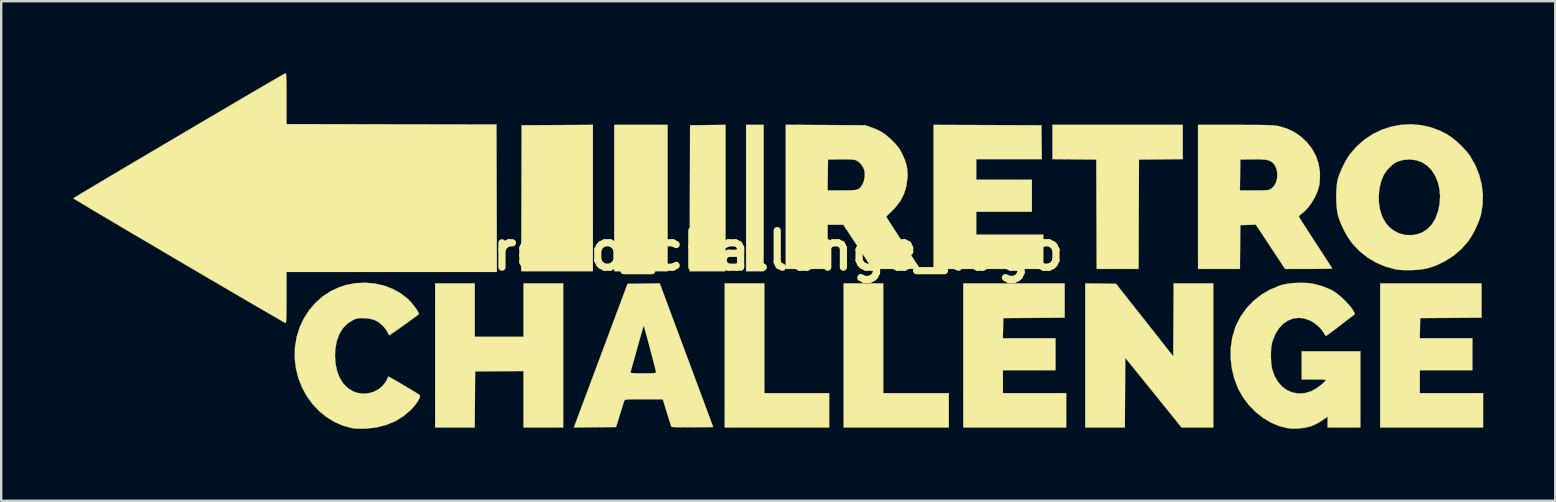
<source format=kicad_pcb>
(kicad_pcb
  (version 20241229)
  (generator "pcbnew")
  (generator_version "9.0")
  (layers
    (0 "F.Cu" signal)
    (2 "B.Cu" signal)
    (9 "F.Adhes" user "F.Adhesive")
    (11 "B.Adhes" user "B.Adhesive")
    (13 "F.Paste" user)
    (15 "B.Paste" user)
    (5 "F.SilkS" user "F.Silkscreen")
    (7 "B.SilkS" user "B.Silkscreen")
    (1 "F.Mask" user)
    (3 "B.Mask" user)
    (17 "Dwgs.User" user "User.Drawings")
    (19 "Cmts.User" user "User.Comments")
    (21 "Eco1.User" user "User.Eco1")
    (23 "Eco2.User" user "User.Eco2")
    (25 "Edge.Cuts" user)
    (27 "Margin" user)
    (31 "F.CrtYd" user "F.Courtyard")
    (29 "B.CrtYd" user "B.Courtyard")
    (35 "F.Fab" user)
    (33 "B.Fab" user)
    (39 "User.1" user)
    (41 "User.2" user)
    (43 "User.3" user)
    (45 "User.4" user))
  (footprint "retro_challenge_logo"
    (layer "F.Cu")
    (at 29.364 7.391)
    (property "Reference" "retro_challenge_logo" (at 0 0 0) (layer "F.SilkS") (effects (font (size 1.524 1.524) (thickness 0.3))))
    (attr through_hole)
    (fp_poly (pts (xy -4.604 0.857) (xy -6.826 0.857) (xy -6.826 -5.239) (xy -4.604 -5.239) (xy -4.604 0.857)) (stroke (width 0.01) (type solid)) (fill yes) (layer "F.SilkS"))
    (fp_poly (pts (xy -0.603 0.857) (xy -1.333 0.857) (xy -1.333 -5.239) (xy -0.603 -5.239) (xy -0.603 0.857)) (stroke (width 0.01) (type solid)) (fill yes) (layer "F.SilkS"))
    (fp_poly (pts (xy -7.715 0.857) (xy -10.7 0.857) (xy -10.692 -2.183) (xy -10.684 -5.223) (xy -9.2 -5.231) (xy -7.715 -5.239) (xy -7.715 0.857)) (stroke (width 0.01) (type solid)) (fill yes) (layer "F.SilkS"))
    (fp_poly (pts (xy -2.191 0.857) (xy -3.683 0.857) (xy -3.675 -2.183) (xy -3.667 -5.223) (xy -2.929 -5.231) (xy -2.191 -5.24) (xy -2.191 0.857)) (stroke (width 0.01) (type solid)) (fill yes) (layer "F.SilkS"))
    (fp_poly (pts (xy -0.572 5.937) (xy 2.127 5.937) (xy 2.127 7.366) (xy -2.223 7.366) (xy -2.223 1.365) (xy -0.572 1.365) (xy -0.572 5.937)) (stroke (width 0.01) (type solid)) (fill yes) (layer "F.SilkS"))
    (fp_poly (pts (xy 4.381 5.937) (xy 7.112 5.937) (xy 7.112 7.366) (xy 2.731 7.366) (xy 2.731 1.365) (xy 4.381 1.365) (xy 4.381 5.937)) (stroke (width 0.01) (type solid)) (fill yes) (layer "F.SilkS"))
    (fp_poly (pts (xy 14.077 1.381) (xy 15.27 2.892) (xy 16.462 4.403) (xy 16.479 1.365) (xy 18.129 1.365) (xy 18.129 7.366) (xy 16.808 7.366) (xy 14.462 4.463) (xy 14.446 7.366) (xy 12.795 7.366) (xy 12.795 1.364) (xy 14.077 1.381)) (stroke (width 0.01) (type solid)) (fill yes) (layer "F.SilkS"))
    (fp_poly (pts (xy 16.859 -3.811) (xy 15.946 -3.803) (xy 15.034 -3.794) (xy 15.025 -1.516) (xy 15.017 0.762) (xy 13.272 0.762) (xy 13.264 -1.516) (xy 13.256 -3.794) (xy 12.343 -3.803) (xy 11.43 -3.811) (xy 11.43 -5.239) (xy 16.859 -5.239) (xy 16.859 -3.811)) (stroke (width 0.01) (type solid)) (fill yes) (layer "F.SilkS"))
    (fp_poly (pts (xy -12.636 3.588) (xy -10.604 3.588) (xy -10.604 1.365) (xy -8.954 1.365) (xy -8.954 7.366) (xy -10.604 7.366) (xy -10.604 5.016) (xy -11.613 5.024) (xy -12.621 5.032) (xy -12.629 6.199) (xy -12.637 7.366) (xy -14.287 7.366) (xy -14.287 1.365) (xy -12.636 1.365) (xy -12.636 3.588)) (stroke (width 0.01) (type solid)) (fill yes) (layer "F.SilkS"))
    (fp_poly (pts (xy 11.938 2.793) (xy 10.66 2.802) (xy 9.382 2.81) (xy 9.373 3.231) (xy 9.364 3.651) (xy 11.557 3.651) (xy 11.557 4.985) (xy 9.366 4.985) (xy 9.366 5.937) (xy 12.002 5.937) (xy 12.002 7.366) (xy 7.715 7.366) (xy 7.715 1.365) (xy 11.938 1.365) (xy 11.938 2.793)) (stroke (width 0.01) (type solid)) (fill yes) (layer "F.SilkS"))
    (fp_poly (pts (xy 29.305 2.793) (xy 28.027 2.802) (xy 26.749 2.81) (xy 26.741 3.231) (xy 26.732 3.651) (xy 28.924 3.651) (xy 28.924 4.985) (xy 26.733 4.985) (xy 26.733 5.937) (xy 29.369 5.937) (xy 29.369 7.366) (xy 25.082 7.366) (xy 25.082 1.365) (xy 29.305 1.365) (xy 29.305 2.793)) (stroke (width 0.01) (type solid)) (fill yes) (layer "F.SilkS"))
    (fp_poly (pts (xy 8.723 -5.231) (xy 10.97 -5.223) (xy 10.978 -4.516) (xy 10.987 -3.81) (xy 9.621 -3.81) (xy 8.255 -3.81) (xy 8.255 -2.953) (xy 10.573 -2.953) (xy 10.573 -1.619) (xy 8.255 -1.619) (xy 8.255 -0.667) (xy 11.049 -0.667) (xy 11.049 0.762) (xy 6.477 0.762) (xy 6.477 -5.239) (xy 8.723 -5.231)) (stroke (width 0.01) (type solid)) (fill yes) (layer "F.SilkS"))
    (fp_poly (pts (xy -20.514 -7.385) (xy -20.503 -7.367) (xy -20.495 -7.327) (xy -20.489 -7.257) (xy -20.484 -7.153) (xy -20.481 -7.007) (xy -20.48 -6.815) (xy -20.479 -6.57) (xy -20.479 -6.338) (xy -20.479 -5.271) (xy -16.105 -5.263) (xy -11.732 -5.255) (xy -11.724 -2.183) (xy -11.715 0.889) (xy -20.479 0.889) (xy -20.479 1.953) (xy -20.479 2.253) (xy -20.481 2.496) (xy -20.484 2.685) (xy -20.488 2.826) (xy -20.494 2.924) (xy -20.502 2.984) (xy -20.512 3.012) (xy -20.518 3.015) (xy -20.55 2.999) (xy -20.633 2.953) (xy -20.765 2.878) (xy -20.943 2.775) (xy -21.164 2.648) (xy -21.425 2.496) (xy -21.723 2.323) (xy -22.056 2.129) (xy -22.419 1.917) (xy -22.812 1.688) (xy -23.229 1.443) (xy -23.67 1.185) (xy -24.129 0.916) (xy -24.606 0.636) (xy -24.954 0.432) (xy -25.441 0.146) (xy -25.912 -0.132) (xy -26.365 -0.399) (xy -26.798 -0.654) (xy -27.207 -0.895) (xy -27.59 -1.121) (xy -27.943 -1.33) (xy -28.263 -1.52) (xy -28.549 -1.69) (xy -28.796 -1.837) (xy -29.002 -1.96) (xy -29.164 -2.058) (xy -29.279 -2.128) (xy -29.345 -2.168) (xy -29.359 -2.179) (xy -29.333 -2.197) (xy -29.256 -2.245) (xy -29.131 -2.321) (xy -28.961 -2.423) (xy -28.751 -2.549) (xy -28.504 -2.696) (xy -28.223 -2.863) (xy -27.912 -3.048) (xy -27.575 -3.248) (xy -27.214 -3.462) (xy -26.833 -3.687) (xy -26.437 -3.922) (xy -26.028 -4.163) (xy -25.61 -4.41) (xy -25.186 -4.66) (xy -24.761 -4.911) (xy -24.336 -5.161) (xy -23.917 -5.408) (xy -23.507 -5.649) (xy -23.108 -5.883) (xy -22.725 -6.108) (xy -22.361 -6.322) (xy -22.02 -6.522) (xy -21.705 -6.706) (xy -21.419 -6.873) (xy -21.167 -7.02) (xy -20.951 -7.145) (xy -20.776 -7.246) (xy -20.644 -7.322) (xy -20.56 -7.369) (xy -20.527 -7.386) (xy -20.514 -7.385)) (stroke (width 0.01) (type solid)) (fill yes) (layer "F.SilkS"))
    (fp_poly (pts (xy 1.976 -5.233) (xy 3.635 -5.223) (xy 3.889 -5.133) (xy 4.122 -5.042) (xy 4.319 -4.94) (xy 4.499 -4.816) (xy 4.683 -4.655) (xy 4.766 -4.574) (xy 4.903 -4.432) (xy 5.005 -4.31) (xy 5.086 -4.189) (xy 5.161 -4.051) (xy 5.17 -4.032) (xy 5.276 -3.794) (xy 5.346 -3.584) (xy 5.383 -3.379) (xy 5.393 -3.159) (xy 5.389 -3.032) (xy 5.344 -2.684) (xy 5.248 -2.367) (xy 5.097 -2.074) (xy 4.887 -1.8) (xy 4.729 -1.638) (xy 4.634 -1.547) (xy 4.56 -1.472) (xy 4.516 -1.424) (xy 4.508 -1.412) (xy 4.525 -1.382) (xy 4.573 -1.305) (xy 4.648 -1.187) (xy 4.747 -1.033) (xy 4.865 -0.849) (xy 5 -0.641) (xy 5.147 -0.415) (xy 5.185 -0.356) (xy 5.336 -0.125) (xy 5.476 0.09) (xy 5.602 0.284) (xy 5.709 0.449) (xy 5.795 0.581) (xy 5.854 0.673) (xy 5.884 0.719) (xy 5.886 0.722) (xy 5.88 0.734) (xy 5.846 0.743) (xy 5.776 0.75) (xy 5.667 0.755) (xy 5.512 0.759) (xy 5.306 0.761) (xy 5.045 0.762) (xy 4.922 0.762) (xy 3.934 0.762) (xy 3.326 -0.159) (xy 2.717 -1.079) (xy 2.064 -1.079) (xy 2.064 0.762) (xy 0.318 0.762) (xy 0.318 -2.508) (xy 2.062 -2.508) (xy 2.652 -2.508) (xy 2.876 -2.509) (xy 3.045 -2.513) (xy 3.168 -2.52) (xy 3.255 -2.531) (xy 3.314 -2.547) (xy 3.334 -2.556) (xy 3.441 -2.644) (xy 3.526 -2.777) (xy 3.585 -2.941) (xy 3.612 -3.119) (xy 3.603 -3.297) (xy 3.59 -3.359) (xy 3.527 -3.501) (xy 3.428 -3.631) (xy 3.309 -3.731) (xy 3.205 -3.779) (xy 3.13 -3.79) (xy 3.007 -3.798) (xy 2.848 -3.803) (xy 2.669 -3.804) (xy 2.581 -3.803) (xy 2.08 -3.794) (xy 2.071 -3.151) (xy 2.062 -2.508) (xy 0.318 -2.508) (xy 0.318 -5.242) (xy 1.976 -5.233)) (stroke (width 0.01) (type solid)) (fill yes) (layer "F.SilkS"))
    (fp_poly (pts (xy 19.422 -5.238) (xy 19.734 -5.237) (xy 19.995 -5.236) (xy 20.211 -5.233) (xy 20.386 -5.229) (xy 20.527 -5.223) (xy 20.64 -5.216) (xy 20.731 -5.208) (xy 20.806 -5.197) (xy 20.852 -5.189) (xy 21.193 -5.088) (xy 21.509 -4.937) (xy 21.793 -4.74) (xy 22.041 -4.505) (xy 22.247 -4.236) (xy 22.408 -3.939) (xy 22.517 -3.621) (xy 22.57 -3.287) (xy 22.574 -3.159) (xy 22.57 -3.003) (xy 22.56 -2.849) (xy 22.545 -2.723) (xy 22.539 -2.692) (xy 22.471 -2.465) (xy 22.365 -2.228) (xy 22.229 -1.998) (xy 22.075 -1.789) (xy 21.912 -1.619) (xy 21.816 -1.543) (xy 21.739 -1.479) (xy 21.7 -1.427) (xy 21.699 -1.408) (xy 21.719 -1.373) (xy 21.77 -1.291) (xy 21.849 -1.167) (xy 21.951 -1.009) (xy 22.072 -0.821) (xy 22.209 -0.61) (xy 22.358 -0.381) (xy 22.398 -0.319) (xy 22.549 -0.088) (xy 22.688 0.126) (xy 22.812 0.318) (xy 22.917 0.481) (xy 22.999 0.61) (xy 23.055 0.699) (xy 23.081 0.742) (xy 23.082 0.746) (xy 23.052 0.75) (xy 22.965 0.753) (xy 22.831 0.757) (xy 22.656 0.759) (xy 22.448 0.761) (xy 22.215 0.762) (xy 22.102 0.762) (xy 21.121 0.762) (xy 20.512 -0.16) (xy 19.903 -1.082) (xy 19.58 -1.073) (xy 19.256 -1.064) (xy 19.248 -0.151) (xy 19.24 0.762) (xy 17.494 0.762) (xy 17.494 -2.508) (xy 19.239 -2.508) (xy 19.838 -2.508) (xy 20.049 -2.509) (xy 20.206 -2.51) (xy 20.319 -2.515) (xy 20.4 -2.523) (xy 20.457 -2.535) (xy 20.5 -2.553) (xy 20.541 -2.577) (xy 20.545 -2.58) (xy 20.662 -2.693) (xy 20.743 -2.844) (xy 20.788 -3.02) (xy 20.797 -3.205) (xy 20.769 -3.384) (xy 20.703 -3.544) (xy 20.6 -3.669) (xy 20.59 -3.677) (xy 20.516 -3.726) (xy 20.428 -3.762) (xy 20.318 -3.786) (xy 20.174 -3.799) (xy 19.986 -3.805) (xy 19.758 -3.803) (xy 19.256 -3.794) (xy 19.248 -3.151) (xy 19.239 -2.508) (xy 17.494 -2.508) (xy 17.494 -5.239) (xy 19.051 -5.239) (xy 19.422 -5.238)) (stroke (width 0.01) (type solid)) (fill yes) (layer "F.SilkS"))
    (fp_poly (pts (xy -4.56 2.357) (xy -4.482 2.567) (xy -4.385 2.829) (xy -4.272 3.133) (xy -4.146 3.47) (xy -4.011 3.832) (xy -3.871 4.21) (xy -3.727 4.596) (xy -3.584 4.98) (xy -3.447 5.35) (xy -2.703 7.35) (xy -3.564 7.359) (xy -3.833 7.36) (xy -4.059 7.359) (xy -4.237 7.355) (xy -4.363 7.35) (xy -4.432 7.341) (xy -4.444 7.336) (xy -4.459 7.297) (xy -4.489 7.208) (xy -4.531 7.078) (xy -4.581 6.918) (xy -4.633 6.748) (xy -4.804 6.191) (xy -5.594 6.191) (xy -5.839 6.192) (xy -6.028 6.193) (xy -6.169 6.196) (xy -6.269 6.2) (xy -6.335 6.208) (xy -6.375 6.218) (xy -6.397 6.232) (xy -6.406 6.247) (xy -6.422 6.295) (xy -6.454 6.392) (xy -6.496 6.527) (xy -6.547 6.69) (xy -6.589 6.826) (xy -6.749 7.35) (xy -8.506 7.367) (xy -8.474 7.279) (xy -8.459 7.237) (xy -8.423 7.141) (xy -8.367 6.992) (xy -8.295 6.797) (xy -8.206 6.56) (xy -8.103 6.284) (xy -7.987 5.973) (xy -7.859 5.632) (xy -7.722 5.266) (xy -7.65 5.072) (xy -6.15 5.072) (xy -6.142 5.087) (xy -6.099 5.098) (xy -6.016 5.106) (xy -5.885 5.11) (xy -5.699 5.112) (xy -5.622 5.112) (xy -5.414 5.111) (xy -5.262 5.107) (xy -5.16 5.1) (xy -5.102 5.09) (xy -5.081 5.075) (xy -5.08 5.072) (xy -5.088 5.033) (xy -5.11 4.943) (xy -5.144 4.81) (xy -5.187 4.644) (xy -5.236 4.453) (xy -5.29 4.247) (xy -5.346 4.035) (xy -5.402 3.825) (xy -5.455 3.628) (xy -5.503 3.451) (xy -5.543 3.303) (xy -5.573 3.195) (xy -5.592 3.135) (xy -5.595 3.125) (xy -5.606 3.152) (xy -5.631 3.233) (xy -5.669 3.36) (xy -5.718 3.528) (xy -5.774 3.727) (xy -5.837 3.952) (xy -5.871 4.074) (xy -5.937 4.311) (xy -5.998 4.53) (xy -6.051 4.722) (xy -6.095 4.879) (xy -6.128 4.995) (xy -6.147 5.061) (xy -6.15 5.072) (xy -7.65 5.072) (xy -7.577 4.877) (xy -7.426 4.471) (xy -7.356 4.286) (xy -6.27 1.381) (xy -5.6 1.373) (xy -4.93 1.364) (xy -4.56 2.357)) (stroke (width 0.01) (type solid)) (fill yes) (layer "F.SilkS"))
    (fp_poly (pts (xy 26.792 -5.227) (xy 27.201 -5.135) (xy 27.599 -4.985) (xy 27.875 -4.841) (xy 28.068 -4.71) (xy 28.275 -4.542) (xy 28.478 -4.353) (xy 28.661 -4.158) (xy 28.806 -3.974) (xy 28.82 -3.953) (xy 29.041 -3.57) (xy 29.205 -3.167) (xy 29.312 -2.752) (xy 29.361 -2.33) (xy 29.35 -1.909) (xy 29.279 -1.494) (xy 29.274 -1.476) (xy 29.204 -1.258) (xy 29.103 -1.014) (xy 28.981 -0.767) (xy 28.851 -0.54) (xy 28.742 -0.381) (xy 28.467 -0.07) (xy 28.145 0.206) (xy 27.788 0.438) (xy 27.405 0.621) (xy 27.067 0.733) (xy 26.873 0.771) (xy 26.638 0.798) (xy 26.383 0.813) (xy 26.129 0.815) (xy 25.898 0.803) (xy 25.728 0.781) (xy 25.319 0.672) (xy 24.927 0.506) (xy 24.561 0.29) (xy 24.229 0.029) (xy 23.941 -0.273) (xy 23.919 -0.3) (xy 23.752 -0.538) (xy 23.592 -0.813) (xy 23.453 -1.104) (xy 23.348 -1.384) (xy 23.33 -1.445) (xy 23.293 -1.623) (xy 23.267 -1.845) (xy 23.254 -2.094) (xy 23.253 -2.291) (xy 25.022 -2.291) (xy 25.031 -1.98) (xy 25.08 -1.684) (xy 25.168 -1.418) (xy 25.195 -1.361) (xy 25.316 -1.154) (xy 25.452 -0.991) (xy 25.618 -0.855) (xy 25.629 -0.847) (xy 25.869 -0.72) (xy 26.128 -0.653) (xy 26.404 -0.646) (xy 26.617 -0.68) (xy 26.851 -0.766) (xy 27.062 -0.908) (xy 27.24 -1.099) (xy 27.38 -1.331) (xy 27.385 -1.343) (xy 27.497 -1.646) (xy 27.56 -1.956) (xy 27.578 -2.265) (xy 27.553 -2.566) (xy 27.485 -2.851) (xy 27.377 -3.112) (xy 27.23 -3.342) (xy 27.048 -3.533) (xy 26.83 -3.677) (xy 26.825 -3.68) (xy 26.587 -3.765) (xy 26.328 -3.8) (xy 26.067 -3.782) (xy 25.82 -3.714) (xy 25.737 -3.676) (xy 25.601 -3.586) (xy 25.459 -3.455) (xy 25.329 -3.302) (xy 25.233 -3.154) (xy 25.124 -2.893) (xy 25.053 -2.6) (xy 25.022 -2.291) (xy 23.253 -2.291) (xy 23.252 -2.35) (xy 23.263 -2.597) (xy 23.286 -2.816) (xy 23.316 -2.969) (xy 23.378 -3.162) (xy 23.469 -3.382) (xy 23.576 -3.608) (xy 23.691 -3.819) (xy 23.803 -3.993) (xy 23.823 -4.02) (xy 24.11 -4.349) (xy 24.433 -4.63) (xy 24.786 -4.861) (xy 25.162 -5.041) (xy 25.557 -5.169) (xy 25.964 -5.243) (xy 26.377 -5.263) (xy 26.792 -5.227)) (stroke (width 0.01) (type solid)) (fill yes) (layer "F.SilkS"))
    (fp_poly (pts (xy 21.991 1.344) (xy 22.222 1.367) (xy 22.284 1.378) (xy 22.667 1.478) (xy 23 1.613) (xy 23.136 1.687) (xy 23.278 1.784) (xy 23.438 1.916) (xy 23.601 2.067) (xy 23.751 2.222) (xy 23.874 2.368) (xy 23.936 2.459) (xy 23.993 2.556) (xy 24.02 2.614) (xy 24.019 2.648) (xy 23.995 2.674) (xy 23.984 2.682) (xy 23.942 2.714) (xy 23.857 2.778) (xy 23.739 2.868) (xy 23.596 2.978) (xy 23.436 3.1) (xy 23.384 3.14) (xy 23.224 3.263) (xy 23.08 3.371) (xy 22.961 3.459) (xy 22.874 3.522) (xy 22.827 3.553) (xy 22.821 3.556) (xy 22.794 3.53) (xy 22.753 3.466) (xy 22.736 3.434) (xy 22.637 3.288) (xy 22.495 3.141) (xy 22.327 3.008) (xy 22.171 2.916) (xy 21.928 2.827) (xy 21.689 2.799) (xy 21.458 2.828) (xy 21.241 2.912) (xy 21.042 3.048) (xy 20.868 3.232) (xy 20.722 3.461) (xy 20.61 3.733) (xy 20.57 3.873) (xy 20.545 4.031) (xy 20.532 4.23) (xy 20.531 4.446) (xy 20.542 4.66) (xy 20.564 4.849) (xy 20.585 4.95) (xy 20.686 5.231) (xy 20.827 5.471) (xy 21.002 5.666) (xy 21.205 5.814) (xy 21.431 5.91) (xy 21.675 5.952) (xy 21.93 5.938) (xy 22.191 5.863) (xy 22.225 5.849) (xy 22.331 5.793) (xy 22.454 5.715) (xy 22.578 5.626) (xy 22.688 5.537) (xy 22.766 5.462) (xy 22.789 5.432) (xy 22.802 5.407) (xy 22.802 5.389) (xy 22.779 5.378) (xy 22.726 5.371) (xy 22.634 5.367) (xy 22.494 5.366) (xy 22.321 5.366) (xy 21.812 5.366) (xy 21.812 4.191) (xy 24.257 4.191) (xy 24.257 7.366) (xy 22.892 7.366) (xy 22.892 6.914) (xy 22.82 6.966) (xy 22.595 7.12) (xy 22.395 7.233) (xy 22.206 7.312) (xy 22.169 7.324) (xy 21.937 7.379) (xy 21.676 7.41) (xy 21.418 7.414) (xy 21.233 7.397) (xy 20.882 7.311) (xy 20.538 7.167) (xy 20.209 6.971) (xy 19.901 6.729) (xy 19.623 6.446) (xy 19.381 6.13) (xy 19.183 5.784) (xy 19.16 5.735) (xy 19.003 5.325) (xy 18.9 4.899) (xy 18.852 4.467) (xy 18.859 4.036) (xy 18.921 3.616) (xy 19.039 3.215) (xy 19.083 3.105) (xy 19.274 2.734) (xy 19.518 2.394) (xy 19.807 2.092) (xy 20.137 1.832) (xy 20.501 1.619) (xy 20.894 1.458) (xy 21.003 1.425) (xy 21.214 1.38) (xy 21.464 1.351) (xy 21.73 1.338) (xy 21.991 1.344)) (stroke (width 0.01) (type solid)) (fill yes) (layer "F.SilkS"))
    (fp_poly (pts (xy -16.798 1.371) (xy -16.417 1.457) (xy -16.058 1.592) (xy -15.729 1.774) (xy -15.436 2.001) (xy -15.383 2.052) (xy -15.294 2.147) (xy -15.201 2.259) (xy -15.112 2.375) (xy -15.037 2.484) (xy -14.984 2.573) (xy -14.961 2.63) (xy -14.962 2.64) (xy -14.989 2.664) (xy -15.059 2.718) (xy -15.163 2.796) (xy -15.294 2.892) (xy -15.441 2.998) (xy -15.595 3.109) (xy -15.749 3.219) (xy -15.893 3.32) (xy -16.019 3.408) (xy -16.117 3.475) (xy -16.179 3.515) (xy -16.196 3.524) (xy -16.219 3.498) (xy -16.255 3.432) (xy -16.272 3.396) (xy -16.326 3.305) (xy -16.408 3.197) (xy -16.483 3.113) (xy -16.652 2.972) (xy -16.839 2.878) (xy -17.058 2.826) (xy -17.272 2.812) (xy -17.418 2.814) (xy -17.524 2.825) (xy -17.615 2.851) (xy -17.716 2.895) (xy -17.72 2.898) (xy -17.945 3.042) (xy -18.131 3.236) (xy -18.277 3.474) (xy -18.381 3.755) (xy -18.442 4.074) (xy -18.458 4.366) (xy -18.436 4.712) (xy -18.37 5.024) (xy -18.263 5.299) (xy -18.117 5.531) (xy -17.934 5.718) (xy -17.716 5.857) (xy -17.544 5.922) (xy -17.306 5.961) (xy -17.067 5.944) (xy -16.838 5.877) (xy -16.63 5.765) (xy -16.453 5.611) (xy -16.319 5.421) (xy -16.296 5.374) (xy -16.261 5.297) (xy -16.239 5.25) (xy -16.236 5.244) (xy -16.208 5.256) (xy -16.135 5.296) (xy -16.027 5.358) (xy -15.891 5.436) (xy -15.737 5.526) (xy -15.575 5.621) (xy -15.413 5.717) (xy -15.26 5.808) (xy -15.126 5.889) (xy -15.02 5.955) (xy -14.951 5.999) (xy -14.93 6.014) (xy -14.916 6.069) (xy -14.943 6.158) (xy -15.007 6.274) (xy -15.104 6.409) (xy -15.228 6.556) (xy -15.321 6.654) (xy -15.616 6.903) (xy -15.949 7.106) (xy -16.318 7.259) (xy -16.716 7.362) (xy -17.139 7.411) (xy -17.193 7.413) (xy -17.358 7.416) (xy -17.516 7.414) (xy -17.647 7.408) (xy -17.722 7.399) (xy -18.113 7.296) (xy -18.48 7.138) (xy -18.82 6.929) (xy -19.129 6.676) (xy -19.404 6.382) (xy -19.64 6.053) (xy -19.835 5.693) (xy -19.985 5.309) (xy -20.086 4.904) (xy -20.135 4.485) (xy -20.128 4.055) (xy -20.126 4.027) (xy -20.057 3.605) (xy -19.934 3.203) (xy -19.76 2.828) (xy -19.539 2.485) (xy -19.275 2.177) (xy -18.973 1.909) (xy -18.635 1.688) (xy -18.267 1.517) (xy -17.986 1.428) (xy -17.59 1.355) (xy -17.191 1.337) (xy -16.798 1.371)) (stroke (width 0.01) (type solid)) (fill yes) (layer "F.SilkS")))
  (gr_rect
    (start -3 -3)
    (end 61.738 17.812)
    (stroke (width 0.1) (type default))
    (fill no)
    (layer "Edge.Cuts")))
</source>
